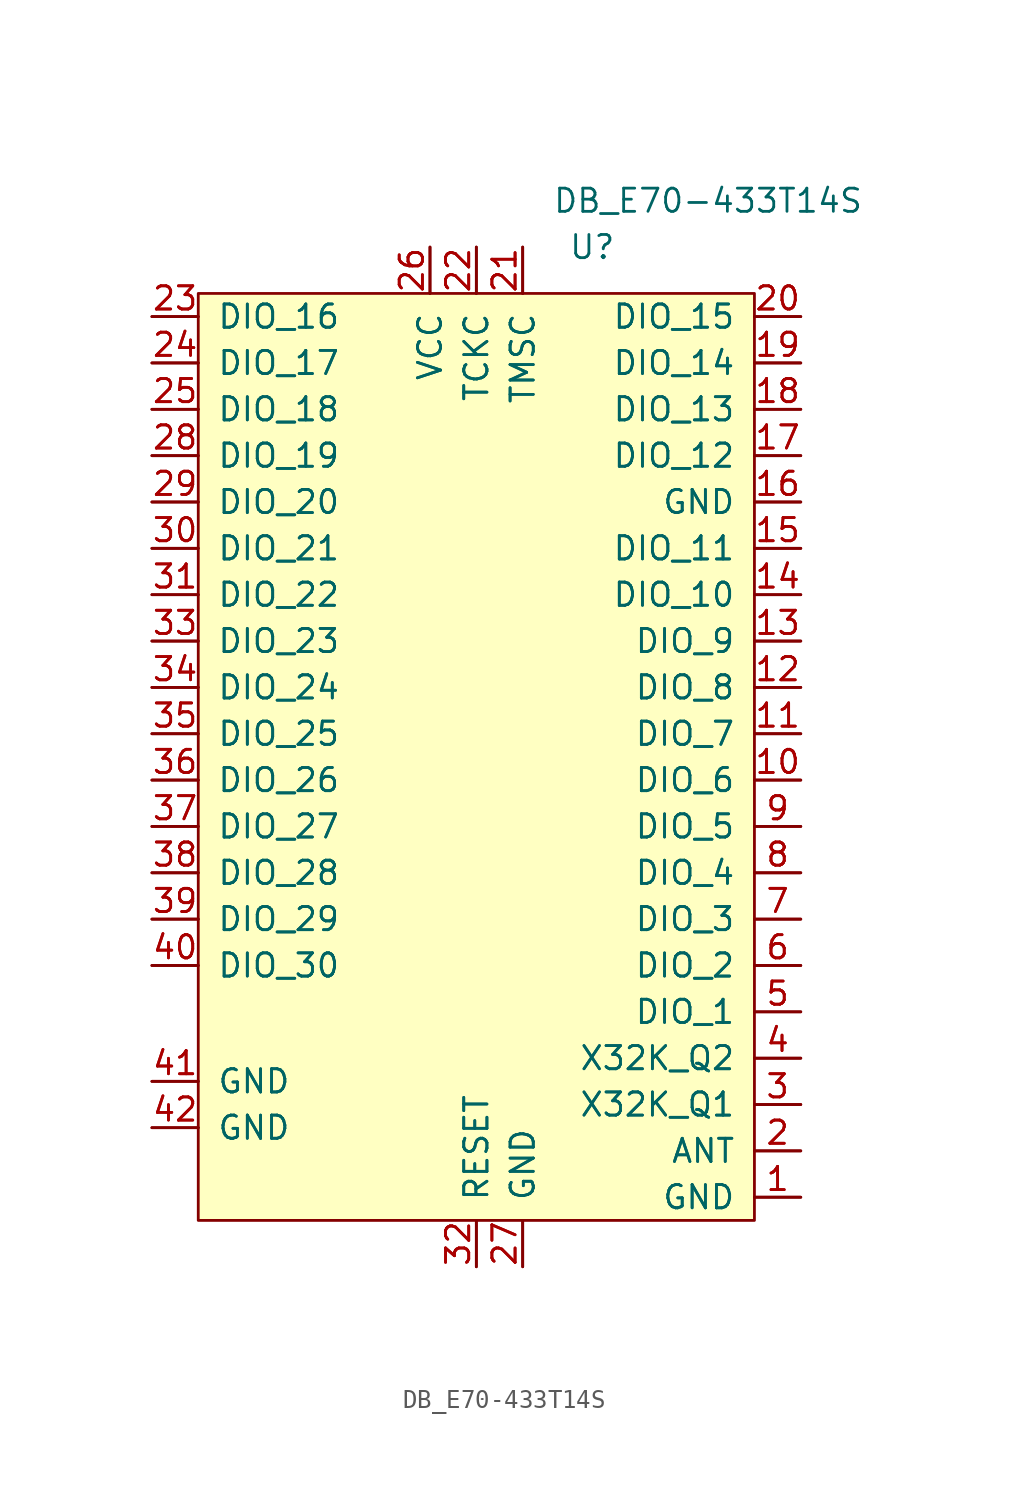
<source format=kicad_sym>
(kicad_symbol_lib
  (version 20211014)
  (generator kicad_symbol_editor)
  (symbol "DB_E70-433T14S"
    (pin_names
      (offset 1.016))
    (property "Reference" "U"
      (at 6.35 27.94 0)
      (effects (font (size 1.27 1.27))))
    (property "Value" "DB_E70-433T14S"
      (at 12.7 30.48 0)
      (effects (font (size 1.27 1.27))))
    (symbol "DB_E70-433T14S_0_1"
      (rectangle (start -15.24 25.4) (end 15.24 -25.4) (stroke (width 0) (type default) (color 0 0 0 0)) (fill (type background))))
    (symbol "DB_E70-433T14S_1_1"
      (pin power_in line (at 17.78 -24.13 180) (length 2.54) (name "GND" (effects (font (size 1.27 1.27)))) (number "1" (effects (font (size 1.27 1.27)))))
      (pin power_in line (at 17.78 -24.13 180) (length 2.54) (name "GND" (effects (font (size 1.27 1.27)))) (number "1" (effects (font (size 1.27 1.27)))))
      (pin bidirectional line (at 17.78 -1.27 180) (length 2.54) (name "DIO_6" (effects (font (size 1.27 1.27)))) (number "10" (effects (font (size 1.27 1.27)))))
      (pin bidirectional line (at 17.78 -1.27 180) (length 2.54) (name "DIO_6" (effects (font (size 1.27 1.27)))) (number "10" (effects (font (size 1.27 1.27)))))
      (pin bidirectional line (at 17.78 1.27 180) (length 2.54) (name "DIO_7" (effects (font (size 1.27 1.27)))) (number "11" (effects (font (size 1.27 1.27)))))
      (pin bidirectional line (at 17.78 1.27 180) (length 2.54) (name "DIO_7" (effects (font (size 1.27 1.27)))) (number "11" (effects (font (size 1.27 1.27)))))
      (pin bidirectional line (at 17.78 3.81 180) (length 2.54) (name "DIO_8" (effects (font (size 1.27 1.27)))) (number "12" (effects (font (size 1.27 1.27)))))
      (pin bidirectional line (at 17.78 3.81 180) (length 2.54) (name "DIO_8" (effects (font (size 1.27 1.27)))) (number "12" (effects (font (size 1.27 1.27)))))
      (pin bidirectional line (at 17.78 6.35 180) (length 2.54) (name "DIO_9" (effects (font (size 1.27 1.27)))) (number "13" (effects (font (size 1.27 1.27)))))
      (pin bidirectional line (at 17.78 6.35 180) (length 2.54) (name "DIO_9" (effects (font (size 1.27 1.27)))) (number "13" (effects (font (size 1.27 1.27)))))
      (pin bidirectional line (at 17.78 8.89 180) (length 2.54) (name "DIO_10" (effects (font (size 1.27 1.27)))) (number "14" (effects (font (size 1.27 1.27)))))
      (pin bidirectional line (at 17.78 8.89 180) (length 2.54) (name "DIO_10" (effects (font (size 1.27 1.27)))) (number "14" (effects (font (size 1.27 1.27)))))
      (pin bidirectional line (at 17.78 11.43 180) (length 2.54) (name "DIO_11" (effects (font (size 1.27 1.27)))) (number "15" (effects (font (size 1.27 1.27)))))
      (pin bidirectional line (at 17.78 11.43 180) (length 2.54) (name "DIO_11" (effects (font (size 1.27 1.27)))) (number "15" (effects (font (size 1.27 1.27)))))
      (pin power_in line (at 17.78 13.97 180) (length 2.54) (name "GND" (effects (font (size 1.27 1.27)))) (number "16" (effects (font (size 1.27 1.27)))))
      (pin power_in line (at 17.78 13.97 180) (length 2.54) (name "GND" (effects (font (size 1.27 1.27)))) (number "16" (effects (font (size 1.27 1.27)))))
      (pin bidirectional line (at 17.78 16.51 180) (length 2.54) (name "DIO_12" (effects (font (size 1.27 1.27)))) (number "17" (effects (font (size 1.27 1.27)))))
      (pin bidirectional line (at 17.78 16.51 180) (length 2.54) (name "DIO_12" (effects (font (size 1.27 1.27)))) (number "17" (effects (font (size 1.27 1.27)))))
      (pin bidirectional line (at 17.78 19.05 180) (length 2.54) (name "DIO_13" (effects (font (size 1.27 1.27)))) (number "18" (effects (font (size 1.27 1.27)))))
      (pin bidirectional line (at 17.78 19.05 180) (length 2.54) (name "DIO_13" (effects (font (size 1.27 1.27)))) (number "18" (effects (font (size 1.27 1.27)))))
      (pin bidirectional line (at 17.78 21.59 180) (length 2.54) (name "DIO_14" (effects (font (size 1.27 1.27)))) (number "19" (effects (font (size 1.27 1.27)))))
      (pin bidirectional line (at 17.78 21.59 180) (length 2.54) (name "DIO_14" (effects (font (size 1.27 1.27)))) (number "19" (effects (font (size 1.27 1.27)))))
      (pin bidirectional line (at 17.78 -21.59 180) (length 2.54) (name "ANT" (effects (font (size 1.27 1.27)))) (number "2" (effects (font (size 1.27 1.27)))))
      (pin bidirectional line (at 17.78 -21.59 180) (length 2.54) (name "ANT" (effects (font (size 1.27 1.27)))) (number "2" (effects (font (size 1.27 1.27)))))
      (pin bidirectional line (at 17.78 24.13 180) (length 2.54) (name "DIO_15" (effects (font (size 1.27 1.27)))) (number "20" (effects (font (size 1.27 1.27)))))
      (pin bidirectional line (at 17.78 24.13 180) (length 2.54) (name "DIO_15" (effects (font (size 1.27 1.27)))) (number "20" (effects (font (size 1.27 1.27)))))
      (pin input line (at 2.54 27.94 270) (length 2.54) (name "TMSC" (effects (font (size 1.27 1.27)))) (number "21" (effects (font (size 1.27 1.27)))))
      (pin input line (at 2.54 27.94 270) (length 2.54) (name "TMSC" (effects (font (size 1.27 1.27)))) (number "21" (effects (font (size 1.27 1.27)))))
      (pin input line (at 0 27.94 270) (length 2.54) (name "TCKC" (effects (font (size 1.27 1.27)))) (number "22" (effects (font (size 1.27 1.27)))))
      (pin input line (at 0 27.94 270) (length 2.54) (name "TCKC" (effects (font (size 1.27 1.27)))) (number "22" (effects (font (size 1.27 1.27)))))
      (pin bidirectional line (at -17.78 24.13 0) (length 2.54) (name "DIO_16" (effects (font (size 1.27 1.27)))) (number "23" (effects (font (size 1.27 1.27)))))
      (pin bidirectional line (at -17.78 24.13 0) (length 2.54) (name "DIO_16" (effects (font (size 1.27 1.27)))) (number "23" (effects (font (size 1.27 1.27)))))
      (pin bidirectional line (at -17.78 21.59 0) (length 2.54) (name "DIO_17" (effects (font (size 1.27 1.27)))) (number "24" (effects (font (size 1.27 1.27)))))
      (pin bidirectional line (at -17.78 21.59 0) (length 2.54) (name "DIO_17" (effects (font (size 1.27 1.27)))) (number "24" (effects (font (size 1.27 1.27)))))
      (pin bidirectional line (at -17.78 19.05 0) (length 2.54) (name "DIO_18" (effects (font (size 1.27 1.27)))) (number "25" (effects (font (size 1.27 1.27)))))
      (pin bidirectional line (at -17.78 19.05 0) (length 2.54) (name "DIO_18" (effects (font (size 1.27 1.27)))) (number "25" (effects (font (size 1.27 1.27)))))
      (pin power_in line (at -2.54 27.94 270) (length 2.54) (name "VCC" (effects (font (size 1.27 1.27)))) (number "26" (effects (font (size 1.27 1.27)))))
      (pin power_in line (at -2.54 27.94 270) (length 2.54) (name "VCC" (effects (font (size 1.27 1.27)))) (number "26" (effects (font (size 1.27 1.27)))))
      (pin power_in line (at 2.54 -27.94 90) (length 2.54) (name "GND" (effects (font (size 1.27 1.27)))) (number "27" (effects (font (size 1.27 1.27)))))
      (pin power_in line (at 2.54 -27.94 90) (length 2.54) (name "GND" (effects (font (size 1.27 1.27)))) (number "27" (effects (font (size 1.27 1.27)))))
      (pin bidirectional line (at -17.78 16.51 0) (length 2.54) (name "DIO_19" (effects (font (size 1.27 1.27)))) (number "28" (effects (font (size 1.27 1.27)))))
      (pin bidirectional line (at -17.78 16.51 0) (length 2.54) (name "DIO_19" (effects (font (size 1.27 1.27)))) (number "28" (effects (font (size 1.27 1.27)))))
      (pin bidirectional line (at -17.78 13.97 0) (length 2.54) (name "DIO_20" (effects (font (size 1.27 1.27)))) (number "29" (effects (font (size 1.27 1.27)))))
      (pin bidirectional line (at -17.78 13.97 0) (length 2.54) (name "DIO_20" (effects (font (size 1.27 1.27)))) (number "29" (effects (font (size 1.27 1.27)))))
      (pin bidirectional line (at 17.78 -19.05 180) (length 2.54) (name "X32K_Q1" (effects (font (size 1.27 1.27)))) (number "3" (effects (font (size 1.27 1.27)))))
      (pin bidirectional line (at 17.78 -19.05 180) (length 2.54) (name "X32K_Q1" (effects (font (size 1.27 1.27)))) (number "3" (effects (font (size 1.27 1.27)))))
      (pin bidirectional line (at -17.78 11.43 0) (length 2.54) (name "DIO_21" (effects (font (size 1.27 1.27)))) (number "30" (effects (font (size 1.27 1.27)))))
      (pin bidirectional line (at -17.78 11.43 0) (length 2.54) (name "DIO_21" (effects (font (size 1.27 1.27)))) (number "30" (effects (font (size 1.27 1.27)))))
      (pin bidirectional line (at -17.78 8.89 0) (length 2.54) (name "DIO_22" (effects (font (size 1.27 1.27)))) (number "31" (effects (font (size 1.27 1.27)))))
      (pin bidirectional line (at -17.78 8.89 0) (length 2.54) (name "DIO_22" (effects (font (size 1.27 1.27)))) (number "31" (effects (font (size 1.27 1.27)))))
      (pin input line (at 0 -27.94 90) (length 2.54) (name "RESET" (effects (font (size 1.27 1.27)))) (number "32" (effects (font (size 1.27 1.27)))))
      (pin input line (at 0 -27.94 90) (length 2.54) (name "RESET" (effects (font (size 1.27 1.27)))) (number "32" (effects (font (size 1.27 1.27)))))
      (pin bidirectional line (at -17.78 6.35 0) (length 2.54) (name "DIO_23" (effects (font (size 1.27 1.27)))) (number "33" (effects (font (size 1.27 1.27)))))
      (pin bidirectional line (at -17.78 6.35 0) (length 2.54) (name "DIO_23" (effects (font (size 1.27 1.27)))) (number "33" (effects (font (size 1.27 1.27)))))
      (pin bidirectional line (at -17.78 3.81 0) (length 2.54) (name "DIO_24" (effects (font (size 1.27 1.27)))) (number "34" (effects (font (size 1.27 1.27)))))
      (pin bidirectional line (at -17.78 3.81 0) (length 2.54) (name "DIO_24" (effects (font (size 1.27 1.27)))) (number "34" (effects (font (size 1.27 1.27)))))
      (pin bidirectional line (at -17.78 1.27 0) (length 2.54) (name "DIO_25" (effects (font (size 1.27 1.27)))) (number "35" (effects (font (size 1.27 1.27)))))
      (pin bidirectional line (at -17.78 1.27 0) (length 2.54) (name "DIO_25" (effects (font (size 1.27 1.27)))) (number "35" (effects (font (size 1.27 1.27)))))
      (pin bidirectional line (at -17.78 -1.27 0) (length 2.54) (name "DIO_26" (effects (font (size 1.27 1.27)))) (number "36" (effects (font (size 1.27 1.27)))))
      (pin bidirectional line (at -17.78 -1.27 0) (length 2.54) (name "DIO_26" (effects (font (size 1.27 1.27)))) (number "36" (effects (font (size 1.27 1.27)))))
      (pin bidirectional line (at -17.78 -3.81 0) (length 2.54) (name "DIO_27" (effects (font (size 1.27 1.27)))) (number "37" (effects (font (size 1.27 1.27)))))
      (pin bidirectional line (at -17.78 -3.81 0) (length 2.54) (name "DIO_27" (effects (font (size 1.27 1.27)))) (number "37" (effects (font (size 1.27 1.27)))))
      (pin bidirectional line (at -17.78 -6.35 0) (length 2.54) (name "DIO_28" (effects (font (size 1.27 1.27)))) (number "38" (effects (font (size 1.27 1.27)))))
      (pin bidirectional line (at -17.78 -6.35 0) (length 2.54) (name "DIO_28" (effects (font (size 1.27 1.27)))) (number "38" (effects (font (size 1.27 1.27)))))
      (pin bidirectional line (at -17.78 -8.89 0) (length 2.54) (name "DIO_29" (effects (font (size 1.27 1.27)))) (number "39" (effects (font (size 1.27 1.27)))))
      (pin bidirectional line (at -17.78 -8.89 0) (length 2.54) (name "DIO_29" (effects (font (size 1.27 1.27)))) (number "39" (effects (font (size 1.27 1.27)))))
      (pin bidirectional line (at 17.78 -16.51 180) (length 2.54) (name "X32K_Q2" (effects (font (size 1.27 1.27)))) (number "4" (effects (font (size 1.27 1.27)))))
      (pin bidirectional line (at 17.78 -16.51 180) (length 2.54) (name "X32K_Q2" (effects (font (size 1.27 1.27)))) (number "4" (effects (font (size 1.27 1.27)))))
      (pin bidirectional line (at -17.78 -11.43 0) (length 2.54) (name "DIO_30" (effects (font (size 1.27 1.27)))) (number "40" (effects (font (size 1.27 1.27)))))
      (pin bidirectional line (at -17.78 -11.43 0) (length 2.54) (name "DIO_30" (effects (font (size 1.27 1.27)))) (number "40" (effects (font (size 1.27 1.27)))))
      (pin power_in line (at -17.78 -17.78 0) (length 2.54) (name "GND" (effects (font (size 1.27 1.27)))) (number "41" (effects (font (size 1.27 1.27)))))
      (pin power_in line (at -17.78 -17.78 0) (length 2.54) (name "GND" (effects (font (size 1.27 1.27)))) (number "41" (effects (font (size 1.27 1.27)))))
      (pin power_in line (at -17.78 -20.32 0) (length 2.54) (name "GND" (effects (font (size 1.27 1.27)))) (number "42" (effects (font (size 1.27 1.27)))))
      (pin power_in line (at -17.78 -20.32 0) (length 2.54) (name "GND" (effects (font (size 1.27 1.27)))) (number "42" (effects (font (size 1.27 1.27)))))
      (pin bidirectional line (at 17.78 -13.97 180) (length 2.54) (name "DIO_1" (effects (font (size 1.27 1.27)))) (number "5" (effects (font (size 1.27 1.27)))))
      (pin bidirectional line (at 17.78 -13.97 180) (length 2.54) (name "DIO_1" (effects (font (size 1.27 1.27)))) (number "5" (effects (font (size 1.27 1.27)))))
      (pin bidirectional line (at 17.78 -11.43 180) (length 2.54) (name "DIO_2" (effects (font (size 1.27 1.27)))) (number "6" (effects (font (size 1.27 1.27)))))
      (pin bidirectional line (at 17.78 -11.43 180) (length 2.54) (name "DIO_2" (effects (font (size 1.27 1.27)))) (number "6" (effects (font (size 1.27 1.27)))))
      (pin bidirectional line (at 17.78 -8.89 180) (length 2.54) (name "DIO_3" (effects (font (size 1.27 1.27)))) (number "7" (effects (font (size 1.27 1.27)))))
      (pin bidirectional line (at 17.78 -8.89 180) (length 2.54) (name "DIO_3" (effects (font (size 1.27 1.27)))) (number "7" (effects (font (size 1.27 1.27)))))
      (pin bidirectional line (at 17.78 -6.35 180) (length 2.54) (name "DIO_4" (effects (font (size 1.27 1.27)))) (number "8" (effects (font (size 1.27 1.27)))))
      (pin bidirectional line (at 17.78 -6.35 180) (length 2.54) (name "DIO_4" (effects (font (size 1.27 1.27)))) (number "8" (effects (font (size 1.27 1.27)))))
      (pin bidirectional line (at 17.78 -3.81 180) (length 2.54) (name "DIO_5" (effects (font (size 1.27 1.27)))) (number "9" (effects (font (size 1.27 1.27)))))
      (pin bidirectional line (at 17.78 -3.81 180) (length 2.54) (name "DIO_5" (effects (font (size 1.27 1.27)))) (number "9" (effects (font (size 1.27 1.27))))))))
</source>
